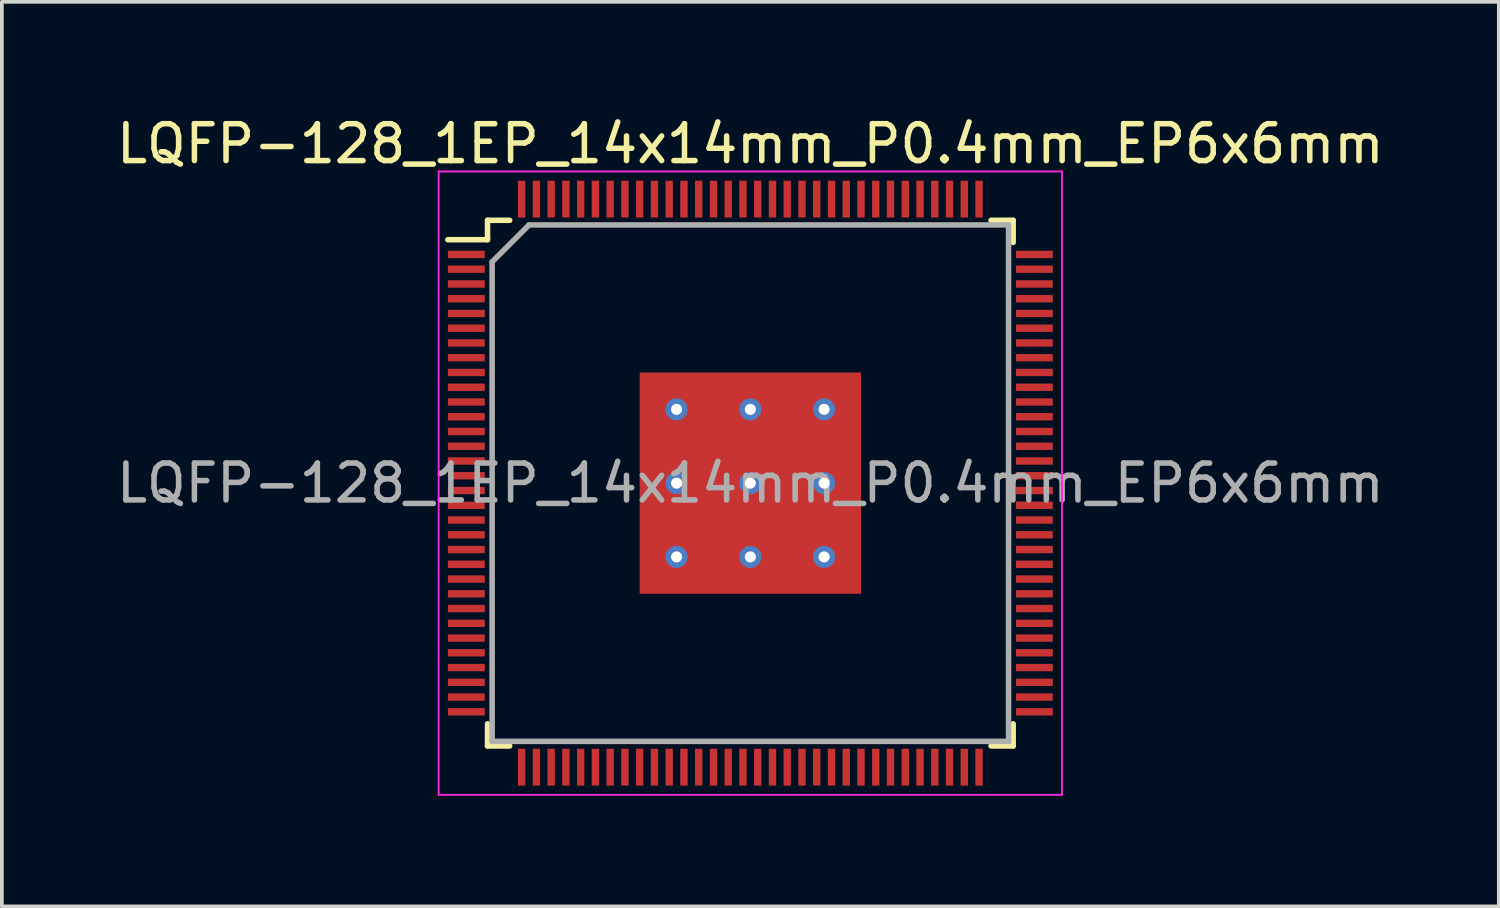
<source format=kicad_pcb>
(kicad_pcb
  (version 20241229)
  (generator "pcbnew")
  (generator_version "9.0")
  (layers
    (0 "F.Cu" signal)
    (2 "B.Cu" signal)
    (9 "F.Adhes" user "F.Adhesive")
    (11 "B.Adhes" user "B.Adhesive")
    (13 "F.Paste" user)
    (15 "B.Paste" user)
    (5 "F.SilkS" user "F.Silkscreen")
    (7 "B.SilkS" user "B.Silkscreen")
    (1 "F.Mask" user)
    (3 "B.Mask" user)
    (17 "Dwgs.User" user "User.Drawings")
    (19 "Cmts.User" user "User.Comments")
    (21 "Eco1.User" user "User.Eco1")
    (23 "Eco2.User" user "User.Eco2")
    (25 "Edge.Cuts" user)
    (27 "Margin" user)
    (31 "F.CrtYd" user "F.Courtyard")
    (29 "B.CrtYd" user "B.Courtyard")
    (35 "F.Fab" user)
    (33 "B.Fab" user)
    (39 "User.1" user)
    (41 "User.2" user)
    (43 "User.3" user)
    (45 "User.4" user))
  (footprint "LQFP-128_1EP_14x14mm_P0.4mm_EP6x6mm"
    (layer "F.Cu")
    (at 17.292 10.048)
    (property "Reference" "LQFP-128_1EP_14x14mm_P0.4mm_EP6x6mm" (at 0 -9.2 0) (layer "F.SilkS") (effects (font (size 1 1) (thickness 0.15))))
    (attr smd)
    (fp_line (start -7.125 -7.125) (end -7.125 -6.6) (stroke (width 0.15) (type solid)) (layer "F.SilkS"))
    (fp_line (start -7.125 -7.125) (end -6.525 -7.125) (stroke (width 0.15) (type solid)) (layer "F.SilkS"))
    (fp_line (start -7.125 -6.6) (end -8.2 -6.6) (stroke (width 0.15) (type solid)) (layer "F.SilkS"))
    (fp_line (start -7.125 7.125) (end -7.125 6.525) (stroke (width 0.15) (type solid)) (layer "F.SilkS"))
    (fp_line (start -7.125 7.125) (end -6.525 7.125) (stroke (width 0.15) (type solid)) (layer "F.SilkS"))
    (fp_line (start 7.125 -7.125) (end 6.525 -7.125) (stroke (width 0.15) (type solid)) (layer "F.SilkS"))
    (fp_line (start 7.125 -7.125) (end 7.125 -6.525) (stroke (width 0.15) (type solid)) (layer "F.SilkS"))
    (fp_line (start 7.125 7.125) (end 6.525 7.125) (stroke (width 0.15) (type solid)) (layer "F.SilkS"))
    (fp_line (start 7.125 7.125) (end 7.125 6.525) (stroke (width 0.15) (type solid)) (layer "F.SilkS"))
    (fp_line (start -8.45 -8.45) (end -8.45 8.45) (stroke (width 0.05) (type solid)) (layer "F.CrtYd"))
    (fp_line (start -8.45 -8.45) (end 8.45 -8.45) (stroke (width 0.05) (type solid)) (layer "F.CrtYd"))
    (fp_line (start -8.45 8.45) (end 8.45 8.45) (stroke (width 0.05) (type solid)) (layer "F.CrtYd"))
    (fp_line (start 8.45 -8.45) (end 8.45 8.45) (stroke (width 0.05) (type solid)) (layer "F.CrtYd"))
    (fp_line (start -7 -6) (end -6 -7) (stroke (width 0.15) (type solid)) (layer "F.Fab"))
    (fp_line (start -7 7) (end -7 -6) (stroke (width 0.15) (type solid)) (layer "F.Fab"))
    (fp_line (start -6 -7) (end 7 -7) (stroke (width 0.15) (type solid)) (layer "F.Fab"))
    (fp_line (start 7 -7) (end 7 7) (stroke (width 0.15) (type solid)) (layer "F.Fab"))
    (fp_line (start 7 7) (end -7 7) (stroke (width 0.15) (type solid)) (layer "F.Fab"))
    (fp_text user "${REFERENCE}" (at 0 0 0) (layer "F.Fab") (effects (font (size 1 1) (thickness 0.15))))
    (pad "" smd roundrect (at -2.5 -2.5 270) (size 0.5 0.5) (layers "F.Paste") (roundrect_rratio 0.25))
    (pad "" smd roundrect (at -2.5 -1 270) (size 1.5 0.5) (layers "F.Paste") (roundrect_rratio 0.25))
    (pad "" smd roundrect (at -2.5 1 270) (size 1.5 0.5) (layers "F.Paste") (roundrect_rratio 0.25))
    (pad "" smd roundrect (at -2.5 2.5 270) (size 0.5 0.5) (layers "F.Paste") (roundrect_rratio 0.25))
    (pad "" smd roundrect (at -1 -2.5) (size 1.5 0.5) (layers "F.Paste") (roundrect_rratio 0.25))
    (pad "" smd roundrect (at -1 -1) (size 1.5 1.5) (layers "F.Paste") (roundrect_rratio 0.25))
    (pad "" smd roundrect (at -1 1) (size 1.5 1.5) (layers "F.Paste") (roundrect_rratio 0.25))
    (pad "" smd roundrect (at -1 2.5) (size 1.5 0.5) (layers "F.Paste") (roundrect_rratio 0.25))
    (pad "" smd roundrect (at 1 -2.5) (size 1.5 0.5) (layers "F.Paste") (roundrect_rratio 0.25))
    (pad "" smd roundrect (at 1 -1) (size 1.5 1.5) (layers "F.Paste") (roundrect_rratio 0.25))
    (pad "" smd roundrect (at 1 1) (size 1.5 1.5) (layers "F.Paste") (roundrect_rratio 0.25))
    (pad "" smd roundrect (at 1 2.5) (size 1.5 0.5) (layers "F.Paste") (roundrect_rratio 0.25))
    (pad "" smd roundrect (at 2.5 -2.5 270) (size 0.5 0.5) (layers "F.Paste") (roundrect_rratio 0.25))
    (pad "" smd roundrect (at 2.5 -1 270) (size 1.5 0.5) (layers "F.Paste") (roundrect_rratio 0.25))
    (pad "" smd roundrect (at 2.5 1 270) (size 1.5 0.5) (layers "F.Paste") (roundrect_rratio 0.25))
    (pad "" smd roundrect (at 2.5 2.5 270) (size 0.5 0.5) (layers "F.Paste") (roundrect_rratio 0.25))
    (pad "1" smd rect (at -7.7 -6.2) (size 1 0.2) (layers "F.Cu" "F.Mask" "F.Paste"))
    (pad "2" smd rect (at -7.7 -5.8) (size 1 0.2) (layers "F.Cu" "F.Mask" "F.Paste"))
    (pad "3" smd rect (at -7.7 -5.4) (size 1 0.2) (layers "F.Cu" "F.Mask" "F.Paste"))
    (pad "4" smd rect (at -7.7 -5) (size 1 0.2) (layers "F.Cu" "F.Mask" "F.Paste"))
    (pad "5" smd rect (at -7.7 -4.6) (size 1 0.2) (layers "F.Cu" "F.Mask" "F.Paste"))
    (pad "6" smd rect (at -7.7 -4.2) (size 1 0.2) (layers "F.Cu" "F.Mask" "F.Paste"))
    (pad "7" smd rect (at -7.7 -3.8) (size 1 0.2) (layers "F.Cu" "F.Mask" "F.Paste"))
    (pad "8" smd rect (at -7.7 -3.4) (size 1 0.2) (layers "F.Cu" "F.Mask" "F.Paste"))
    (pad "9" smd rect (at -7.7 -3) (size 1 0.2) (layers "F.Cu" "F.Mask" "F.Paste"))
    (pad "10" smd rect (at -7.7 -2.6) (size 1 0.2) (layers "F.Cu" "F.Mask" "F.Paste"))
    (pad "11" smd rect (at -7.7 -2.2) (size 1 0.2) (layers "F.Cu" "F.Mask" "F.Paste"))
    (pad "12" smd rect (at -7.7 -1.8) (size 1 0.2) (layers "F.Cu" "F.Mask" "F.Paste"))
    (pad "13" smd rect (at -7.7 -1.4) (size 1 0.2) (layers "F.Cu" "F.Mask" "F.Paste"))
    (pad "14" smd rect (at -7.7 -1) (size 1 0.2) (layers "F.Cu" "F.Mask" "F.Paste"))
    (pad "15" smd rect (at -7.7 -0.6) (size 1 0.2) (layers "F.Cu" "F.Mask" "F.Paste"))
    (pad "16" smd rect (at -7.7 -0.2) (size 1 0.2) (layers "F.Cu" "F.Mask" "F.Paste"))
    (pad "17" smd rect (at -7.7 0.2) (size 1 0.2) (layers "F.Cu" "F.Mask" "F.Paste"))
    (pad "18" smd rect (at -7.7 0.6) (size 1 0.2) (layers "F.Cu" "F.Mask" "F.Paste"))
    (pad "19" smd rect (at -7.7 1) (size 1 0.2) (layers "F.Cu" "F.Mask" "F.Paste"))
    (pad "20" smd rect (at -7.7 1.4) (size 1 0.2) (layers "F.Cu" "F.Mask" "F.Paste"))
    (pad "21" smd rect (at -7.7 1.8) (size 1 0.2) (layers "F.Cu" "F.Mask" "F.Paste"))
    (pad "22" smd rect (at -7.7 2.2) (size 1 0.2) (layers "F.Cu" "F.Mask" "F.Paste"))
    (pad "23" smd rect (at -7.7 2.6) (size 1 0.2) (layers "F.Cu" "F.Mask" "F.Paste"))
    (pad "24" smd rect (at -7.7 3) (size 1 0.2) (layers "F.Cu" "F.Mask" "F.Paste"))
    (pad "25" smd rect (at -7.7 3.4) (size 1 0.2) (layers "F.Cu" "F.Mask" "F.Paste"))
    (pad "26" smd rect (at -7.7 3.8) (size 1 0.2) (layers "F.Cu" "F.Mask" "F.Paste"))
    (pad "27" smd rect (at -7.7 4.2) (size 1 0.2) (layers "F.Cu" "F.Mask" "F.Paste"))
    (pad "28" smd rect (at -7.7 4.6) (size 1 0.2) (layers "F.Cu" "F.Mask" "F.Paste"))
    (pad "29" smd rect (at -7.7 5) (size 1 0.2) (layers "F.Cu" "F.Mask" "F.Paste"))
    (pad "30" smd rect (at -7.7 5.4) (size 1 0.2) (layers "F.Cu" "F.Mask" "F.Paste"))
    (pad "31" smd rect (at -7.7 5.8) (size 1 0.2) (layers "F.Cu" "F.Mask" "F.Paste"))
    (pad "32" smd rect (at -7.7 6.2) (size 1 0.2) (layers "F.Cu" "F.Mask" "F.Paste"))
    (pad "33" smd rect (at -6.2 7.7 90) (size 1 0.2) (layers "F.Cu" "F.Mask" "F.Paste"))
    (pad "34" smd rect (at -5.8 7.7 90) (size 1 0.2) (layers "F.Cu" "F.Mask" "F.Paste"))
    (pad "35" smd rect (at -5.4 7.7 90) (size 1 0.2) (layers "F.Cu" "F.Mask" "F.Paste"))
    (pad "36" smd rect (at -5 7.7 90) (size 1 0.2) (layers "F.Cu" "F.Mask" "F.Paste"))
    (pad "37" smd rect (at -4.6 7.7 90) (size 1 0.2) (layers "F.Cu" "F.Mask" "F.Paste"))
    (pad "38" smd rect (at -4.2 7.7 90) (size 1 0.2) (layers "F.Cu" "F.Mask" "F.Paste"))
    (pad "39" smd rect (at -3.8 7.7 90) (size 1 0.2) (layers "F.Cu" "F.Mask" "F.Paste"))
    (pad "40" smd rect (at -3.4 7.7 90) (size 1 0.2) (layers "F.Cu" "F.Mask" "F.Paste"))
    (pad "41" smd rect (at -3 7.7 90) (size 1 0.2) (layers "F.Cu" "F.Mask" "F.Paste"))
    (pad "42" smd rect (at -2.6 7.7 90) (size 1 0.2) (layers "F.Cu" "F.Mask" "F.Paste"))
    (pad "43" smd rect (at -2.2 7.7 90) (size 1 0.2) (layers "F.Cu" "F.Mask" "F.Paste"))
    (pad "44" smd rect (at -1.8 7.7 90) (size 1 0.2) (layers "F.Cu" "F.Mask" "F.Paste"))
    (pad "45" smd rect (at -1.4 7.7 90) (size 1 0.2) (layers "F.Cu" "F.Mask" "F.Paste"))
    (pad "46" smd rect (at -1 7.7 90) (size 1 0.2) (layers "F.Cu" "F.Mask" "F.Paste"))
    (pad "47" smd rect (at -0.6 7.7 90) (size 1 0.2) (layers "F.Cu" "F.Mask" "F.Paste"))
    (pad "48" smd rect (at -0.2 7.7 90) (size 1 0.2) (layers "F.Cu" "F.Mask" "F.Paste"))
    (pad "49" smd rect (at 0.2 7.7 90) (size 1 0.2) (layers "F.Cu" "F.Mask" "F.Paste"))
    (pad "50" smd rect (at 0.6 7.7 90) (size 1 0.2) (layers "F.Cu" "F.Mask" "F.Paste"))
    (pad "51" smd rect (at 1 7.7 90) (size 1 0.2) (layers "F.Cu" "F.Mask" "F.Paste"))
    (pad "52" smd rect (at 1.4 7.7 90) (size 1 0.2) (layers "F.Cu" "F.Mask" "F.Paste"))
    (pad "53" smd rect (at 1.8 7.7 90) (size 1 0.2) (layers "F.Cu" "F.Mask" "F.Paste"))
    (pad "54" smd rect (at 2.2 7.7 90) (size 1 0.2) (layers "F.Cu" "F.Mask" "F.Paste"))
    (pad "55" smd rect (at 2.6 7.7 90) (size 1 0.2) (layers "F.Cu" "F.Mask" "F.Paste"))
    (pad "56" smd rect (at 3 7.7 90) (size 1 0.2) (layers "F.Cu" "F.Mask" "F.Paste"))
    (pad "57" smd rect (at 3.4 7.7 90) (size 1 0.2) (layers "F.Cu" "F.Mask" "F.Paste"))
    (pad "58" smd rect (at 3.8 7.7 90) (size 1 0.2) (layers "F.Cu" "F.Mask" "F.Paste"))
    (pad "59" smd rect (at 4.2 7.7 90) (size 1 0.2) (layers "F.Cu" "F.Mask" "F.Paste"))
    (pad "60" smd rect (at 4.6 7.7 90) (size 1 0.2) (layers "F.Cu" "F.Mask" "F.Paste"))
    (pad "61" smd rect (at 5 7.7 90) (size 1 0.2) (layers "F.Cu" "F.Mask" "F.Paste"))
    (pad "62" smd rect (at 5.4 7.7 90) (size 1 0.2) (layers "F.Cu" "F.Mask" "F.Paste"))
    (pad "63" smd rect (at 5.8 7.7 90) (size 1 0.2) (layers "F.Cu" "F.Mask" "F.Paste"))
    (pad "64" smd rect (at 6.2 7.7 90) (size 1 0.2) (layers "F.Cu" "F.Mask" "F.Paste"))
    (pad "65" smd rect (at 7.7 6.2) (size 1 0.2) (layers "F.Cu" "F.Mask" "F.Paste"))
    (pad "66" smd rect (at 7.7 5.8) (size 1 0.2) (layers "F.Cu" "F.Mask" "F.Paste"))
    (pad "67" smd rect (at 7.7 5.4) (size 1 0.2) (layers "F.Cu" "F.Mask" "F.Paste"))
    (pad "68" smd rect (at 7.7 5) (size 1 0.2) (layers "F.Cu" "F.Mask" "F.Paste"))
    (pad "69" smd rect (at 7.7 4.6) (size 1 0.2) (layers "F.Cu" "F.Mask" "F.Paste"))
    (pad "70" smd rect (at 7.7 4.2) (size 1 0.2) (layers "F.Cu" "F.Mask" "F.Paste"))
    (pad "71" smd rect (at 7.7 3.8) (size 1 0.2) (layers "F.Cu" "F.Mask" "F.Paste"))
    (pad "72" smd rect (at 7.7 3.4) (size 1 0.2) (layers "F.Cu" "F.Mask" "F.Paste"))
    (pad "73" smd rect (at 7.7 3) (size 1 0.2) (layers "F.Cu" "F.Mask" "F.Paste"))
    (pad "74" smd rect (at 7.7 2.6) (size 1 0.2) (layers "F.Cu" "F.Mask" "F.Paste"))
    (pad "75" smd rect (at 7.7 2.2) (size 1 0.2) (layers "F.Cu" "F.Mask" "F.Paste"))
    (pad "76" smd rect (at 7.7 1.8) (size 1 0.2) (layers "F.Cu" "F.Mask" "F.Paste"))
    (pad "77" smd rect (at 7.7 1.4) (size 1 0.2) (layers "F.Cu" "F.Mask" "F.Paste"))
    (pad "78" smd rect (at 7.7 1) (size 1 0.2) (layers "F.Cu" "F.Mask" "F.Paste"))
    (pad "79" smd rect (at 7.7 0.6) (size 1 0.2) (layers "F.Cu" "F.Mask" "F.Paste"))
    (pad "80" smd rect (at 7.7 0.2) (size 1 0.2) (layers "F.Cu" "F.Mask" "F.Paste"))
    (pad "81" smd rect (at 7.7 -0.2) (size 1 0.2) (layers "F.Cu" "F.Mask" "F.Paste"))
    (pad "82" smd rect (at 7.7 -0.6) (size 1 0.2) (layers "F.Cu" "F.Mask" "F.Paste"))
    (pad "83" smd rect (at 7.7 -1) (size 1 0.2) (layers "F.Cu" "F.Mask" "F.Paste"))
    (pad "84" smd rect (at 7.7 -1.4) (size 1 0.2) (layers "F.Cu" "F.Mask" "F.Paste"))
    (pad "85" smd rect (at 7.7 -1.8) (size 1 0.2) (layers "F.Cu" "F.Mask" "F.Paste"))
    (pad "86" smd rect (at 7.7 -2.2) (size 1 0.2) (layers "F.Cu" "F.Mask" "F.Paste"))
    (pad "87" smd rect (at 7.7 -2.6) (size 1 0.2) (layers "F.Cu" "F.Mask" "F.Paste"))
    (pad "88" smd rect (at 7.7 -3) (size 1 0.2) (layers "F.Cu" "F.Mask" "F.Paste"))
    (pad "89" smd rect (at 7.7 -3.4) (size 1 0.2) (layers "F.Cu" "F.Mask" "F.Paste"))
    (pad "90" smd rect (at 7.7 -3.8) (size 1 0.2) (layers "F.Cu" "F.Mask" "F.Paste"))
    (pad "91" smd rect (at 7.7 -4.2) (size 1 0.2) (layers "F.Cu" "F.Mask" "F.Paste"))
    (pad "92" smd rect (at 7.7 -4.6) (size 1 0.2) (layers "F.Cu" "F.Mask" "F.Paste"))
    (pad "93" smd rect (at 7.7 -5) (size 1 0.2) (layers "F.Cu" "F.Mask" "F.Paste"))
    (pad "94" smd rect (at 7.7 -5.4) (size 1 0.2) (layers "F.Cu" "F.Mask" "F.Paste"))
    (pad "95" smd rect (at 7.7 -5.8) (size 1 0.2) (layers "F.Cu" "F.Mask" "F.Paste"))
    (pad "96" smd rect (at 7.7 -6.2) (size 1 0.2) (layers "F.Cu" "F.Mask" "F.Paste"))
    (pad "97" smd rect (at 6.2 -7.7 90) (size 1 0.2) (layers "F.Cu" "F.Mask" "F.Paste"))
    (pad "98" smd rect (at 5.8 -7.7 90) (size 1 0.2) (layers "F.Cu" "F.Mask" "F.Paste"))
    (pad "99" smd rect (at 5.4 -7.7 90) (size 1 0.2) (layers "F.Cu" "F.Mask" "F.Paste"))
    (pad "100" smd rect (at 5 -7.7 90) (size 1 0.2) (layers "F.Cu" "F.Mask" "F.Paste"))
    (pad "101" smd rect (at 4.6 -7.7 90) (size 1 0.2) (layers "F.Cu" "F.Mask" "F.Paste"))
    (pad "102" smd rect (at 4.2 -7.7 90) (size 1 0.2) (layers "F.Cu" "F.Mask" "F.Paste"))
    (pad "103" smd rect (at 3.8 -7.7 90) (size 1 0.2) (layers "F.Cu" "F.Mask" "F.Paste"))
    (pad "104" smd rect (at 3.4 -7.7 90) (size 1 0.2) (layers "F.Cu" "F.Mask" "F.Paste"))
    (pad "105" smd rect (at 3 -7.7 90) (size 1 0.2) (layers "F.Cu" "F.Mask" "F.Paste"))
    (pad "106" smd rect (at 2.6 -7.7 90) (size 1 0.2) (layers "F.Cu" "F.Mask" "F.Paste"))
    (pad "107" smd rect (at 2.2 -7.7 90) (size 1 0.2) (layers "F.Cu" "F.Mask" "F.Paste"))
    (pad "108" smd rect (at 1.8 -7.7 90) (size 1 0.2) (layers "F.Cu" "F.Mask" "F.Paste"))
    (pad "109" smd rect (at 1.4 -7.7 90) (size 1 0.2) (layers "F.Cu" "F.Mask" "F.Paste"))
    (pad "110" smd rect (at 1 -7.7 90) (size 1 0.2) (layers "F.Cu" "F.Mask" "F.Paste"))
    (pad "111" smd rect (at 0.6 -7.7 90) (size 1 0.2) (layers "F.Cu" "F.Mask" "F.Paste"))
    (pad "112" smd rect (at 0.2 -7.7 90) (size 1 0.2) (layers "F.Cu" "F.Mask" "F.Paste"))
    (pad "113" smd rect (at -0.2 -7.7 90) (size 1 0.2) (layers "F.Cu" "F.Mask" "F.Paste"))
    (pad "114" smd rect (at -0.6 -7.7 90) (size 1 0.2) (layers "F.Cu" "F.Mask" "F.Paste"))
    (pad "115" smd rect (at -1 -7.7 90) (size 1 0.2) (layers "F.Cu" "F.Mask" "F.Paste"))
    (pad "116" smd rect (at -1.4 -7.7 90) (size 1 0.2) (layers "F.Cu" "F.Mask" "F.Paste"))
    (pad "117" smd rect (at -1.8 -7.7 90) (size 1 0.2) (layers "F.Cu" "F.Mask" "F.Paste"))
    (pad "118" smd rect (at -2.2 -7.7 90) (size 1 0.2) (layers "F.Cu" "F.Mask" "F.Paste"))
    (pad "119" smd rect (at -2.6 -7.7 90) (size 1 0.2) (layers "F.Cu" "F.Mask" "F.Paste"))
    (pad "120" smd rect (at -3 -7.7 90) (size 1 0.2) (layers "F.Cu" "F.Mask" "F.Paste"))
    (pad "121" smd rect (at -3.4 -7.7 90) (size 1 0.2) (layers "F.Cu" "F.Mask" "F.Paste"))
    (pad "122" smd rect (at -3.8 -7.7 90) (size 1 0.2) (layers "F.Cu" "F.Mask" "F.Paste"))
    (pad "123" smd rect (at -4.2 -7.7 90) (size 1 0.2) (layers "F.Cu" "F.Mask" "F.Paste"))
    (pad "124" smd rect (at -4.6 -7.7 90) (size 1 0.2) (layers "F.Cu" "F.Mask" "F.Paste"))
    (pad "125" smd rect (at -5 -7.7 90) (size 1 0.2) (layers "F.Cu" "F.Mask" "F.Paste"))
    (pad "126" smd rect (at -5.4 -7.7 90) (size 1 0.2) (layers "F.Cu" "F.Mask" "F.Paste"))
    (pad "127" smd rect (at -5.8 -7.7 90) (size 1 0.2) (layers "F.Cu" "F.Mask" "F.Paste"))
    (pad "128" smd rect (at -6.2 -7.7 90) (size 1 0.2) (layers "F.Cu" "F.Mask" "F.Paste"))
    (pad "129" thru_hole circle (at -2 -2) (size 0.6 0.6) (drill 0.3) (layers "*.Cu" "*.Mask"))
    (pad "129" thru_hole circle (at -2 0) (size 0.6 0.6) (drill 0.3) (layers "*.Cu" "*.Mask"))
    (pad "129" thru_hole circle (at -2 2) (size 0.6 0.6) (drill 0.3) (layers "*.Cu" "*.Mask"))
    (pad "129" thru_hole circle (at 0 -2) (size 0.6 0.6) (drill 0.3) (layers "*.Cu" "*.Mask"))
    (pad "129" thru_hole circle (at 0 0) (size 0.6 0.6) (drill 0.3) (layers "*.Cu" "*.Mask"))
    (pad "129" smd rect (at 0 0) (size 6 6) (layers "F.Cu" "F.Mask"))
    (pad "129" thru_hole circle (at 0 2) (size 0.6 0.6) (drill 0.3) (layers "*.Cu" "*.Mask"))
    (pad "129" thru_hole circle (at 2 -2) (size 0.6 0.6) (drill 0.3) (layers "*.Cu" "*.Mask"))
    (pad "129" thru_hole circle (at 2 0) (size 0.6 0.6) (drill 0.3) (layers "*.Cu" "*.Mask"))
    (pad "129" thru_hole circle (at 2 2) (size 0.6 0.6) (drill 0.3) (layers "*.Cu" "*.Mask")))
  (gr_rect
    (start -3 -3)
    (end 37.583 21.523)
    (stroke (width 0.1) (type default))
    (fill no)
    (layer "Edge.Cuts")))
</source>
